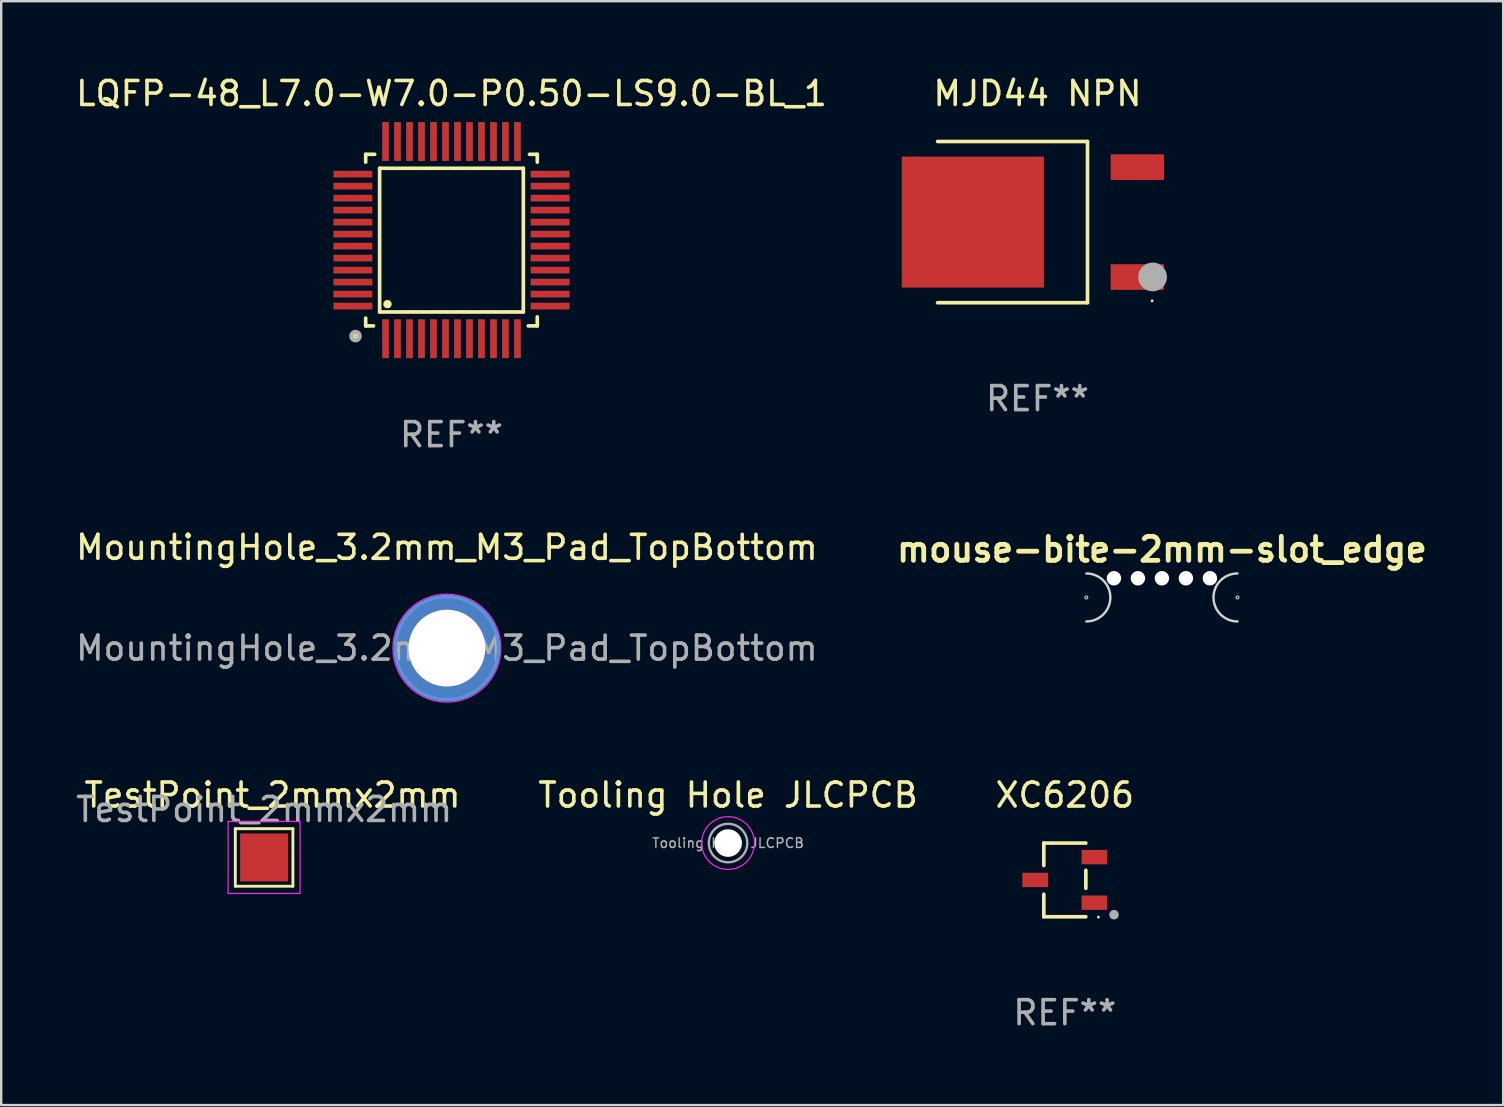
<source format=kicad_pcb>
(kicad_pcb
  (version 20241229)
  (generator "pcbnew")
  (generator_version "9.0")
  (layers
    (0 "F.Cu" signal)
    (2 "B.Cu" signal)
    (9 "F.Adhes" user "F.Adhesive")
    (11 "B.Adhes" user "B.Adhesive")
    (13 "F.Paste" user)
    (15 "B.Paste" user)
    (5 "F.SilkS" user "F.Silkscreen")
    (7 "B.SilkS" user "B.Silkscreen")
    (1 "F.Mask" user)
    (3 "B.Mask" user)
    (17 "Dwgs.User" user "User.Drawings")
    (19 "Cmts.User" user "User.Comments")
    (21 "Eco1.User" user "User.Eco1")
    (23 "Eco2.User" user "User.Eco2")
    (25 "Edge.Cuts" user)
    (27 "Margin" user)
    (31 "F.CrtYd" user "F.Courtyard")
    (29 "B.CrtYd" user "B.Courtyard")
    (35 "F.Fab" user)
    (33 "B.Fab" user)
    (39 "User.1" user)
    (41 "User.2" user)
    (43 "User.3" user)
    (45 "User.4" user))
  (footprint "TestPoint_2mmx2mm"
    (layer "F.Cu")
    (at 7.958 32.739)
    (property "Reference" "TestPoint_2mmx2mm" (at 0.35 -2.65 0) (unlocked yes) (layer "F.SilkS") (effects (font (size 1 1) (thickness 0.15))))
    (attr smd)
    (fp_line (start -1.2 -1.25) (end 1.2 -1.25) (stroke (width 0.12) (type solid)) (layer "F.SilkS"))
    (fp_line (start -1.2 1.15) (end -1.2 -1.25) (stroke (width 0.12) (type solid)) (layer "F.SilkS"))
    (fp_line (start 1.2 -1.25) (end 1.2 1.15) (stroke (width 0.12) (type solid)) (layer "F.SilkS"))
    (fp_line (start 1.2 1.15) (end -1.2 1.15) (stroke (width 0.12) (type solid)) (layer "F.SilkS"))
    (fp_line (start -1.5 -1.55) (end -1.5 1.45) (stroke (width 0.05) (type solid)) (layer "F.CrtYd"))
    (fp_line (start -1.5 -1.55) (end 1.5 -1.55) (stroke (width 0.05) (type solid)) (layer "F.CrtYd"))
    (fp_line (start 1.5 1.45) (end -1.5 1.45) (stroke (width 0.05) (type solid)) (layer "F.CrtYd"))
    (fp_line (start 1.5 1.45) (end 1.5 -1.55) (stroke (width 0.05) (type solid)) (layer "F.CrtYd"))
    (fp_text user "${REFERENCE}" (at 0 -2.05 0) (layer "F.Fab") (effects (font (size 1 1) (thickness 0.15))))
    (pad "1" smd rect (at 0 -0.05) (size 2 2) (layers "F.Cu" "F.Mask")))
  (footprint "MountingHole_3.2mm_M3_Pad_TopBottom"
    (layer "F.Cu")
    (at 15.577 23.965)
    (property "Reference" "MountingHole_3.2mm_M3_Pad_TopBottom" (at 0 -4.2 0) (layer "F.SilkS") (effects (font (size 1 1) (thickness 0.15))))
    (attr exclude_from_pos_files exclude_from_bom)
    (fp_circle (center 0 0) (end 2.15 0) (stroke (width 0.15) (type solid)) (fill no) (layer "Cmts.User"))
    (fp_circle (center 0 0) (end 2.25 0.05) (stroke (width 0.05) (type solid)) (fill no) (layer "F.CrtYd"))
    (fp_text user "${REFERENCE}" (at 0 0 0) (layer "F.Fab") (effects (font (size 1 1) (thickness 0.15))))
    (pad "1" thru_hole circle (at 0 0) (size 3.6 3.6) (drill 3.2) (layers "*.Cu" "*.Mask"))
    (pad "1" connect circle (at 0 0) (size 4.2 4.2) (layers "F.Cu" "F.Mask"))
    (pad "1" connect circle (at 0 0) (size 4.2 4.2) (layers "B.Cu" "B.Mask")))
  (footprint "XC6206"
    (layer "F.Cu")
    (at 41.332 33.625)
    (property "Reference" "XC6206" (at 0 -3.536 0) (layer "F.SilkS") (effects (font (size 1 1) (thickness 0.15))))
    (attr smd)
    (fp_line (start -0.876 -1.536) (end -0.876 -0.6) (stroke (width 0.152) (type solid)) (layer "F.SilkS"))
    (fp_line (start -0.876 1.536) (end -0.876 0.6) (stroke (width 0.152) (type solid)) (layer "F.SilkS"))
    (fp_line (start 0.876 -1.536) (end -0.876 -1.536) (stroke (width 0.152) (type solid)) (layer "F.SilkS"))
    (fp_line (start 0.876 -0.4) (end 0.876 0.35) (stroke (width 0.152) (type solid)) (layer "F.SilkS"))
    (fp_line (start 0.876 1.536) (end -0.876 1.536) (stroke (width 0.152) (type solid)) (layer "F.SilkS"))
    (fp_circle (center 1.4 1.55) (end 1.43 1.55) (stroke (width 0.06) (type solid)) (fill no) (layer "F.SilkS"))
    (fp_circle (center 2.05 1.45) (end 2.15 1.45) (stroke (width 0.2) (type solid)) (fill no) (layer "F.Fab"))
    (fp_text user "REF**" (at 0 5.536 0) (layer "F.Fab") (effects (font (size 1 1) (thickness 0.15))))
    (pad "1" smd rect (at 1.235 0.95) (size 1.07 0.6) (layers "F.Cu" "F.Mask" "F.Paste"))
    (pad "2" smd rect (at 1.235 -0.95) (size 1.07 0.6) (layers "F.Cu" "F.Mask" "F.Paste"))
    (pad "3" smd rect (at -1.235 0) (size 1.07 0.6) (layers "F.Cu" "F.Mask" "F.Paste")))
  (footprint "LQFP-48_L7.0-W7.0-P0.50-LS9.0-BL_1"
    (layer "F.Cu")
    (at 15.768 6.958)
    (property "Reference" "LQFP-48_L7.0-W7.0-P0.50-LS9.0-BL_1" (at 0 -6.11 0) (layer "F.SilkS") (effects (font (size 1 1) (thickness 0.15))))
    (attr smd)
    (fp_line (start -3.576 -3.576) (end -3.576 -3.25) (stroke (width 0.152) (type solid)) (layer "F.SilkS"))
    (fp_line (start -3.576 3.576) (end -3.576 3.25) (stroke (width 0.152) (type solid)) (layer "F.SilkS"))
    (fp_line (start -3.25 3.576) (end -3.576 3.576) (stroke (width 0.152) (type solid)) (layer "F.SilkS"))
    (fp_line (start -3.2 -3.576) (end -3.576 -3.576) (stroke (width 0.152) (type solid)) (layer "F.SilkS"))
    (fp_line (start -2.995 -2.995) (end 2.995 -2.995) (stroke (width 0.152) (type solid)) (layer "F.SilkS"))
    (fp_line (start -2.995 2.995) (end -2.995 -2.995) (stroke (width 0.152) (type solid)) (layer "F.SilkS"))
    (fp_line (start 2.995 -2.995) (end 2.995 2.995) (stroke (width 0.152) (type solid)) (layer "F.SilkS"))
    (fp_line (start 2.995 2.995) (end -2.995 2.995) (stroke (width 0.152) (type solid)) (layer "F.SilkS"))
    (fp_line (start 3.2 3.576) (end 3.576 3.576) (stroke (width 0.152) (type solid)) (layer "F.SilkS"))
    (fp_line (start 3.25 -3.576) (end 3.576 -3.576) (stroke (width 0.152) (type solid)) (layer "F.SilkS"))
    (fp_line (start 3.576 -3.576) (end 3.576 -3.25) (stroke (width 0.152) (type solid)) (layer "F.SilkS"))
    (fp_line (start 3.576 3.576) (end 3.576 3.2) (stroke (width 0.152) (type solid)) (layer "F.SilkS"))
    (fp_circle (center -4 4) (end -3.94 4.09) (stroke (width 0.175) (type solid)) (fill no) (layer "F.SilkS"))
    (fp_circle (center -2.668 2.668) (end -2.58 2.668) (stroke (width 0.175) (type solid)) (fill no) (layer "F.SilkS"))
    (fp_circle (center -4 4) (end -3.913 4) (stroke (width 0.175) (type solid)) (fill no) (layer "F.Fab"))
    (fp_text user "REF**" (at 0 8.11 0) (layer "F.Fab") (effects (font (size 1 1) (thickness 0.15))))
    (pad "1" smd rect (at -2.75 4.11) (size 0.28 1.62) (layers "F.Cu" "F.Mask" "F.Paste"))
    (pad "2" smd rect (at -2.25 4.11) (size 0.28 1.62) (layers "F.Cu" "F.Mask" "F.Paste"))
    (pad "3" smd rect (at -1.75 4.11) (size 0.28 1.62) (layers "F.Cu" "F.Mask" "F.Paste"))
    (pad "4" smd rect (at -1.25 4.11) (size 0.28 1.62) (layers "F.Cu" "F.Mask" "F.Paste"))
    (pad "5" smd rect (at -0.75 4.11) (size 0.28 1.62) (layers "F.Cu" "F.Mask" "F.Paste"))
    (pad "6" smd rect (at -0.25 4.11) (size 0.28 1.62) (layers "F.Cu" "F.Mask" "F.Paste"))
    (pad "7" smd rect (at 0.25 4.11) (size 0.28 1.62) (layers "F.Cu" "F.Mask" "F.Paste"))
    (pad "8" smd rect (at 0.75 4.11) (size 0.28 1.62) (layers "F.Cu" "F.Mask" "F.Paste"))
    (pad "9" smd rect (at 1.25 4.11) (size 0.28 1.62) (layers "F.Cu" "F.Mask" "F.Paste"))
    (pad "10" smd rect (at 1.75 4.11) (size 0.28 1.62) (layers "F.Cu" "F.Mask" "F.Paste"))
    (pad "11" smd rect (at 2.25 4.11) (size 0.28 1.62) (layers "F.Cu" "F.Mask" "F.Paste"))
    (pad "12" smd rect (at 2.75 4.11) (size 0.28 1.62) (layers "F.Cu" "F.Mask" "F.Paste"))
    (pad "13" smd rect (at 4.11 2.75) (size 1.62 0.28) (layers "F.Cu" "F.Mask" "F.Paste"))
    (pad "14" smd rect (at 4.11 2.25) (size 1.62 0.28) (layers "F.Cu" "F.Mask" "F.Paste"))
    (pad "15" smd rect (at 4.11 1.75) (size 1.62 0.28) (layers "F.Cu" "F.Mask" "F.Paste"))
    (pad "16" smd rect (at 4.11 1.25) (size 1.62 0.28) (layers "F.Cu" "F.Mask" "F.Paste"))
    (pad "17" smd rect (at 4.11 0.75) (size 1.62 0.28) (layers "F.Cu" "F.Mask" "F.Paste"))
    (pad "18" smd rect (at 4.11 0.25) (size 1.62 0.28) (layers "F.Cu" "F.Mask" "F.Paste"))
    (pad "19" smd rect (at 4.11 -0.25) (size 1.62 0.28) (layers "F.Cu" "F.Mask" "F.Paste"))
    (pad "20" smd rect (at 4.11 -0.75) (size 1.62 0.28) (layers "F.Cu" "F.Mask" "F.Paste"))
    (pad "21" smd rect (at 4.11 -1.25) (size 1.62 0.28) (layers "F.Cu" "F.Mask" "F.Paste"))
    (pad "22" smd rect (at 4.11 -1.75) (size 1.62 0.28) (layers "F.Cu" "F.Mask" "F.Paste"))
    (pad "23" smd rect (at 4.11 -2.25) (size 1.62 0.28) (layers "F.Cu" "F.Mask" "F.Paste"))
    (pad "24" smd rect (at 4.11 -2.75) (size 1.62 0.28) (layers "F.Cu" "F.Mask" "F.Paste"))
    (pad "25" smd rect (at 2.75 -4.11) (size 0.28 1.62) (layers "F.Cu" "F.Mask" "F.Paste"))
    (pad "26" smd rect (at 2.25 -4.11) (size 0.28 1.62) (layers "F.Cu" "F.Mask" "F.Paste"))
    (pad "27" smd rect (at 1.75 -4.11) (size 0.28 1.62) (layers "F.Cu" "F.Mask" "F.Paste"))
    (pad "28" smd rect (at 1.25 -4.11) (size 0.28 1.62) (layers "F.Cu" "F.Mask" "F.Paste"))
    (pad "29" smd rect (at 0.75 -4.11) (size 0.28 1.62) (layers "F.Cu" "F.Mask" "F.Paste"))
    (pad "30" smd rect (at 0.25 -4.11) (size 0.28 1.62) (layers "F.Cu" "F.Mask" "F.Paste"))
    (pad "31" smd rect (at -0.25 -4.11) (size 0.28 1.62) (layers "F.Cu" "F.Mask" "F.Paste"))
    (pad "32" smd rect (at -0.75 -4.11) (size 0.28 1.62) (layers "F.Cu" "F.Mask" "F.Paste"))
    (pad "33" smd rect (at -1.25 -4.11) (size 0.28 1.62) (layers "F.Cu" "F.Mask" "F.Paste"))
    (pad "34" smd rect (at -1.75 -4.11) (size 0.28 1.62) (layers "F.Cu" "F.Mask" "F.Paste"))
    (pad "35" smd rect (at -2.25 -4.11) (size 0.28 1.62) (layers "F.Cu" "F.Mask" "F.Paste"))
    (pad "36" smd rect (at -2.75 -4.11) (size 0.28 1.62) (layers "F.Cu" "F.Mask" "F.Paste"))
    (pad "37" smd rect (at -4.11 -2.75) (size 1.62 0.28) (layers "F.Cu" "F.Mask" "F.Paste"))
    (pad "38" smd rect (at -4.11 -2.25) (size 1.62 0.28) (layers "F.Cu" "F.Mask" "F.Paste"))
    (pad "39" smd rect (at -4.11 -1.75) (size 1.62 0.28) (layers "F.Cu" "F.Mask" "F.Paste"))
    (pad "40" smd rect (at -4.11 -1.25) (size 1.62 0.28) (layers "F.Cu" "F.Mask" "F.Paste"))
    (pad "41" smd rect (at -4.11 -0.75) (size 1.62 0.28) (layers "F.Cu" "F.Mask" "F.Paste"))
    (pad "42" smd rect (at -4.11 -0.25) (size 1.62 0.28) (layers "F.Cu" "F.Mask" "F.Paste"))
    (pad "43" smd rect (at -4.11 0.25) (size 1.62 0.28) (layers "F.Cu" "F.Mask" "F.Paste"))
    (pad "44" smd rect (at -4.11 0.75) (size 1.62 0.28) (layers "F.Cu" "F.Mask" "F.Paste"))
    (pad "45" smd rect (at -4.11 1.25) (size 1.62 0.28) (layers "F.Cu" "F.Mask" "F.Paste"))
    (pad "46" smd rect (at -4.11 1.75) (size 1.62 0.28) (layers "F.Cu" "F.Mask" "F.Paste"))
    (pad "47" smd rect (at -4.11 2.25) (size 1.62 0.28) (layers "F.Cu" "F.Mask" "F.Paste"))
    (pad "48" smd rect (at -4.11 2.75) (size 1.62 0.28) (layers "F.Cu" "F.Mask" "F.Paste")))
  (footprint "Tooling Hole JLCPCB"
    (layer "F.Cu")
    (at 27.296 32.089)
    (property "Reference" "Tooling Hole JLCPCB" (at 0 -2 0) (layer "F.SilkS") (effects (font (size 1 1) (thickness 0.15))))
    (attr smd)
    (fp_circle (center 0 0) (end 1.1 0) (stroke (width 0.05) (type solid)) (fill no) (layer "F.CrtYd"))
    (fp_circle (center 0 0) (end 0.8 0.05) (stroke (width 0.1) (type solid)) (fill no) (layer "F.Fab"))
    (fp_text user "${REFERENCE}" (at 0 0 0) (layer "F.Fab") (effects (font (size 0.4 0.4) (thickness 0.06))))
    (pad "" np_thru_hole circle (at 0 0) (size 1.152 1.152) (drill 1.152) (layers "*.Cu" "*.Mask")))
  (footprint "mouse-bite-2mm-slot_edge"
    (layer "F.Cu")
    (at 45.379 21.852)
    (property "Reference" "mouse-bite-2mm-slot_edge" (at 0 -2 0) (layer "F.SilkS") (effects (font (size 1 1) (thickness 0.2))))
    (attr through_hole)
    (fp_circle (center -3.15 0) (end -3.15 -0.06) (stroke (width 0.05) (type solid)) (fill no) (layer "Dwgs.User"))
    (fp_circle (center 3.15 0) (end 3.21 0) (stroke (width 0.05) (type solid)) (fill no) (layer "Dwgs.User"))
    (fp_line (start -3.15 0) (end -3.15 0) (stroke (width 2) (type solid)) (layer "Eco1.User"))
    (fp_line (start 3.15 0) (end 3.15 0) (stroke (width 2) (type solid)) (layer "Eco1.User"))
    (fp_arc (start -3.15 -1) (mid -2.15 0) (end -3.15 1) (stroke (width 0.1) (type default)) (layer "Edge.Cuts"))
    (fp_arc (start 3.15 1) (mid 2.15 0) (end 3.15 -1) (stroke (width 0.1) (type default)) (layer "Edge.Cuts"))
    (pad "" np_thru_hole circle (at -2 -0.8) (size 0.6 0.6) (drill 0.6) (layers "*.Cu" "*.Mask"))
    (pad "" np_thru_hole circle (at -1 -0.8) (size 0.6 0.6) (drill 0.6) (layers "*.Cu" "*.Mask"))
    (pad "" np_thru_hole circle (at 0 -0.8) (size 0.6 0.6) (drill 0.6) (layers "*.Cu" "*.Mask"))
    (pad "" np_thru_hole circle (at 1 -0.8) (size 0.6 0.6) (drill 0.6) (layers "*.Cu" "*.Mask"))
    (pad "" np_thru_hole circle (at 2 -0.8) (size 0.6 0.6) (drill 0.6) (layers "*.Cu" "*.Mask")))
  (footprint "MJD44 NPN"
    (layer "F.Cu")
    (at 40.926 6.207)
    (property "Reference" "MJD44 NPN" (at -0.734 -5.359 0) (layer "F.SilkS") (effects (font (size 1 1) (thickness 0.15))))
    (attr smd)
    (fp_line (start -4.897 -3.359) (end 1.351 -3.359) (stroke (width 0.152) (type solid)) (layer "F.SilkS"))
    (fp_line (start -4.897 3.359) (end 1.351 3.359) (stroke (width 0.152) (type solid)) (layer "F.SilkS"))
    (fp_line (start 1.351 3.359) (end 1.351 -3.359) (stroke (width 0.152) (type solid)) (layer "F.SilkS"))
    (fp_circle (center 4.045 3.282) (end 4.075 3.282) (stroke (width 0.06) (type solid)) (fill no) (layer "F.SilkS"))
    (fp_circle (center 4.064 2.286) (end 4.364 2.286) (stroke (width 0.6) (type solid)) (fill no) (layer "F.Fab"))
    (fp_text user "REF**" (at -0.734 7.359 0) (layer "F.Fab") (effects (font (size 1 1) (thickness 0.15))))
    (pad "1" smd rect (at 3.428 2.29) (size 2.223 1.071) (layers "F.Cu" "F.Mask" "F.Paste"))
    (pad "2" smd rect (at -3.428 0) (size 5.925 5.46) (layers "F.Cu" "F.Mask" "F.Paste"))
    (pad "3" smd rect (at 3.428 -2.29) (size 2.223 1.071) (layers "F.Cu" "F.Mask" "F.Paste")))
  (gr_rect
    (start -3 -3)
    (end 59.602 43.009)
    (stroke (width 0.1) (type default))
    (fill no)
    (layer "Edge.Cuts")))
</source>
